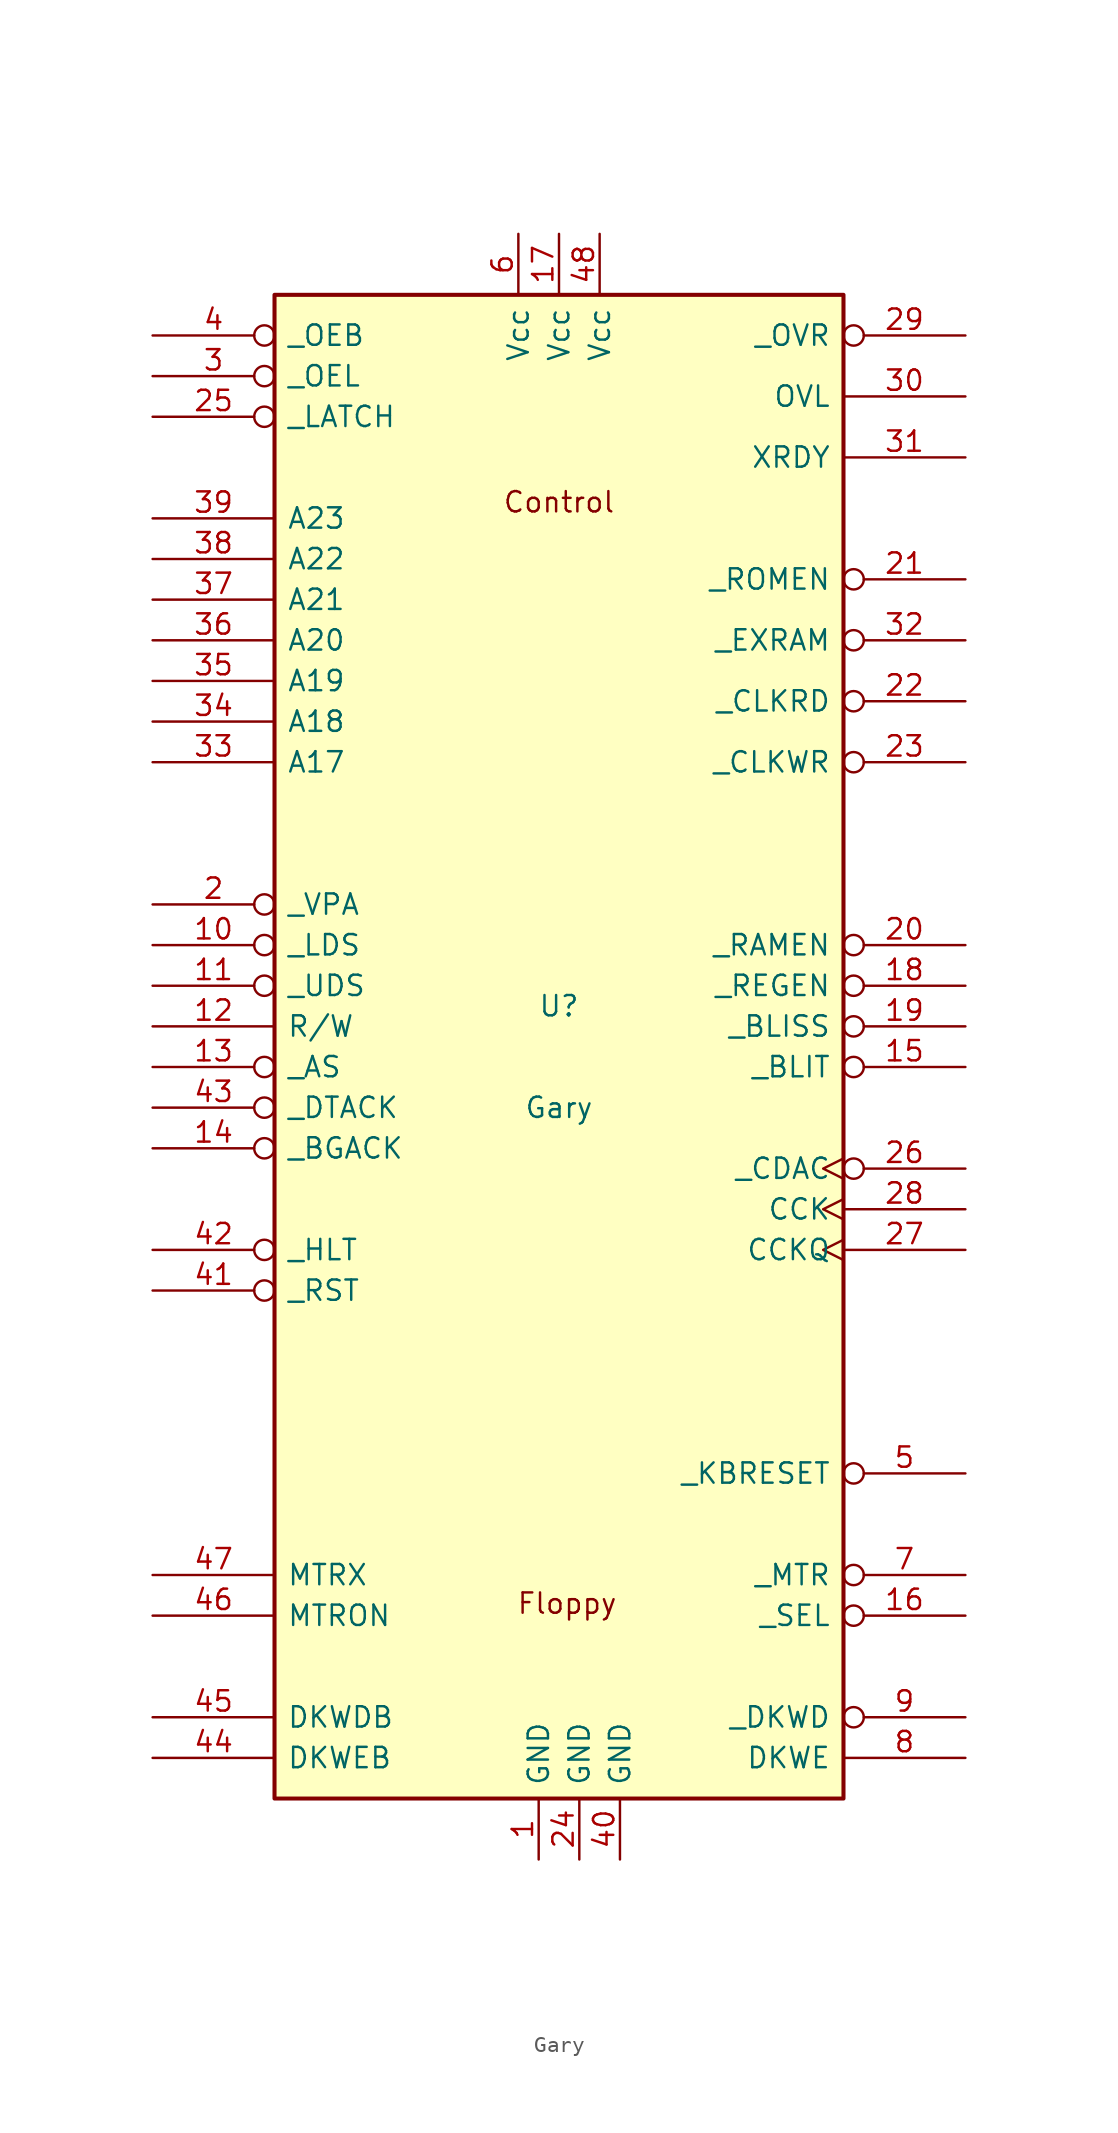
<source format=kicad_sym>
(kicad_symbol_lib
  (version 20231120)
  (generator "kicad_symbol_editor")
  (generator_version "8.0")
  (symbol "Gary"
    (pin_names
      (offset 0.762))
    (property "Reference" "U"
      (at 0 2.54 0)
      (effects (font (size 1.27 1.27))))
    (property "Value" "Gary"
      (at 0 -3.81 0)
      (effects (font (size 1.27 1.27))))
    (symbol "Gary_0_1"
      (rectangle (start -17.78 46.99) (end 17.78 -46.99) (stroke (width 0.254) (type default)) (fill (type background))))
    (symbol "Gary_1_1"
      (text "Control" (at 0 34.036 0) (effects (font (size 1.27 1.27))))
      (text "Floppy" (at 0.508 -34.798 0) (effects (font (size 1.27 1.27))))
      (pin power_in line (at -1.27 -50.8 90) (length 3.81) (name "GND" (effects (font (size 1.27 1.27)))) (number "1" (effects (font (size 1.27 1.27)))))
      (pin input inverted (at -25.4 6.35 0) (length 7.62) (name "_LDS" (effects (font (size 1.27 1.27)))) (number "10" (effects (font (size 1.27 1.27)))))
      (pin input inverted (at -25.4 3.81 0) (length 7.62) (name "_UDS" (effects (font (size 1.27 1.27)))) (number "11" (effects (font (size 1.27 1.27)))))
      (pin input line (at -25.4 1.27 0) (length 7.62) (name "R/W" (effects (font (size 1.27 1.27)))) (number "12" (effects (font (size 1.27 1.27)))))
      (pin input inverted (at -25.4 -1.27 0) (length 7.62) (name "_AS" (effects (font (size 1.27 1.27)))) (number "13" (effects (font (size 1.27 1.27)))))
      (pin input inverted (at -25.4 -6.35 0) (length 7.62) (name "_BGACK" (effects (font (size 1.27 1.27)))) (number "14" (effects (font (size 1.27 1.27)))))
      (pin input inverted (at 25.4 -1.27 180) (length 7.62) (name "_BLIT" (effects (font (size 1.27 1.27)))) (number "15" (effects (font (size 1.27 1.27)))))
      (pin input inverted (at 25.4 -35.56 180) (length 7.62) (name "_SEL" (effects (font (size 1.27 1.27)))) (number "16" (effects (font (size 1.27 1.27)))))
      (pin power_in line (at 0 50.8 270) (length 3.81) (name "Vcc" (effects (font (size 1.27 1.27)))) (number "17" (effects (font (size 1.27 1.27)))))
      (pin output inverted (at 25.4 3.81 180) (length 7.62) (name "_REGEN" (effects (font (size 1.27 1.27)))) (number "18" (effects (font (size 1.27 1.27)))))
      (pin output inverted (at 25.4 1.27 180) (length 7.62) (name "_BLISS" (effects (font (size 1.27 1.27)))) (number "19" (effects (font (size 1.27 1.27)))))
      (pin output inverted (at -25.4 8.89 0) (length 7.62) (name "_VPA" (effects (font (size 1.27 1.27)))) (number "2" (effects (font (size 1.27 1.27)))))
      (pin output inverted (at 25.4 6.35 180) (length 7.62) (name "_RAMEN" (effects (font (size 1.27 1.27)))) (number "20" (effects (font (size 1.27 1.27)))))
      (pin output inverted (at 25.4 29.21 180) (length 7.62) (name "_ROMEN" (effects (font (size 1.27 1.27)))) (number "21" (effects (font (size 1.27 1.27)))))
      (pin output inverted (at 25.4 21.59 180) (length 7.62) (name "_CLKRD" (effects (font (size 1.27 1.27)))) (number "22" (effects (font (size 1.27 1.27)))))
      (pin output inverted (at 25.4 17.78 180) (length 7.62) (name "_CLKWR" (effects (font (size 1.27 1.27)))) (number "23" (effects (font (size 1.27 1.27)))))
      (pin power_in line (at 1.27 -50.8 90) (length 3.81) (name "GND" (effects (font (size 1.27 1.27)))) (number "24" (effects (font (size 1.27 1.27)))))
      (pin output inverted (at -25.4 39.37 0) (length 7.62) (name "_LATCH" (effects (font (size 1.27 1.27)))) (number "25" (effects (font (size 1.27 1.27)))))
      (pin input inverted_clock (at 25.4 -7.62 180) (length 7.62) (name "_CDAC" (effects (font (size 1.27 1.27)))) (number "26" (effects (font (size 1.27 1.27)))))
      (pin input clock (at 25.4 -12.7 180) (length 7.62) (name "CCKQ" (effects (font (size 1.27 1.27)))) (number "27" (effects (font (size 1.27 1.27)))))
      (pin input clock (at 25.4 -10.16 180) (length 7.62) (name "CCK" (effects (font (size 1.27 1.27)))) (number "28" (effects (font (size 1.27 1.27)))))
      (pin input inverted (at 25.4 44.45 180) (length 7.62) (name "_OVR" (effects (font (size 1.27 1.27)))) (number "29" (effects (font (size 1.27 1.27)))))
      (pin output inverted (at -25.4 41.91 0) (length 7.62) (name "_OEL" (effects (font (size 1.27 1.27)))) (number "3" (effects (font (size 1.27 1.27)))))
      (pin input line (at 25.4 40.64 180) (length 7.62) (name "OVL" (effects (font (size 1.27 1.27)))) (number "30" (effects (font (size 1.27 1.27)))))
      (pin input line (at 25.4 36.83 180) (length 7.62) (name "XRDY" (effects (font (size 1.27 1.27)))) (number "31" (effects (font (size 1.27 1.27)))))
      (pin input inverted (at 25.4 25.4 180) (length 7.62) (name "_EXRAM" (effects (font (size 1.27 1.27)))) (number "32" (effects (font (size 1.27 1.27)))))
      (pin input line (at -25.4 17.78 0) (length 7.62) (name "A17" (effects (font (size 1.27 1.27)))) (number "33" (effects (font (size 1.27 1.27)))))
      (pin input line (at -25.4 20.32 0) (length 7.62) (name "A18" (effects (font (size 1.27 1.27)))) (number "34" (effects (font (size 1.27 1.27)))))
      (pin input line (at -25.4 22.86 0) (length 7.62) (name "A19" (effects (font (size 1.27 1.27)))) (number "35" (effects (font (size 1.27 1.27)))))
      (pin input line (at -25.4 25.4 0) (length 7.62) (name "A20" (effects (font (size 1.27 1.27)))) (number "36" (effects (font (size 1.27 1.27)))))
      (pin input line (at -25.4 27.94 0) (length 7.62) (name "A21" (effects (font (size 1.27 1.27)))) (number "37" (effects (font (size 1.27 1.27)))))
      (pin input line (at -25.4 30.48 0) (length 7.62) (name "A22" (effects (font (size 1.27 1.27)))) (number "38" (effects (font (size 1.27 1.27)))))
      (pin input line (at -25.4 33.02 0) (length 7.62) (name "A23" (effects (font (size 1.27 1.27)))) (number "39" (effects (font (size 1.27 1.27)))))
      (pin output inverted (at -25.4 44.45 0) (length 7.62) (name "_OEB" (effects (font (size 1.27 1.27)))) (number "4" (effects (font (size 1.27 1.27)))))
      (pin power_in line (at 3.81 -50.8 90) (length 3.81) (name "GND" (effects (font (size 1.27 1.27)))) (number "40" (effects (font (size 1.27 1.27)))))
      (pin output inverted (at -25.4 -15.24 0) (length 7.62) (name "_RST" (effects (font (size 1.27 1.27)))) (number "41" (effects (font (size 1.27 1.27)))))
      (pin output inverted (at -25.4 -12.7 0) (length 7.62) (name "_HLT" (effects (font (size 1.27 1.27)))) (number "42" (effects (font (size 1.27 1.27)))))
      (pin output inverted (at -25.4 -3.81 0) (length 7.62) (name "_DTACK" (effects (font (size 1.27 1.27)))) (number "43" (effects (font (size 1.27 1.27)))))
      (pin output line (at -25.4 -44.45 0) (length 7.62) (name "DKWEB" (effects (font (size 1.27 1.27)))) (number "44" (effects (font (size 1.27 1.27)))))
      (pin output line (at -25.4 -41.91 0) (length 7.62) (name "DKWDB" (effects (font (size 1.27 1.27)))) (number "45" (effects (font (size 1.27 1.27)))))
      (pin output line (at -25.4 -35.56 0) (length 7.62) (name "MTRON" (effects (font (size 1.27 1.27)))) (number "46" (effects (font (size 1.27 1.27)))))
      (pin output line (at -25.4 -33.02 0) (length 7.62) (name "MTRX" (effects (font (size 1.27 1.27)))) (number "47" (effects (font (size 1.27 1.27)))))
      (pin power_in line (at 2.54 50.8 270) (length 3.81) (name "Vcc" (effects (font (size 1.27 1.27)))) (number "48" (effects (font (size 1.27 1.27)))))
      (pin input inverted (at 25.4 -26.67 180) (length 7.62) (name "_KBRESET" (effects (font (size 1.27 1.27)))) (number "5" (effects (font (size 1.27 1.27)))))
      (pin power_in line (at -2.54 50.8 270) (length 3.81) (name "Vcc" (effects (font (size 1.27 1.27)))) (number "6" (effects (font (size 1.27 1.27)))))
      (pin input inverted (at 25.4 -33.02 180) (length 7.62) (name "_MTR" (effects (font (size 1.27 1.27)))) (number "7" (effects (font (size 1.27 1.27)))))
      (pin input line (at 25.4 -44.45 180) (length 7.62) (name "DKWE" (effects (font (size 1.27 1.27)))) (number "8" (effects (font (size 1.27 1.27)))))
      (pin input inverted (at 25.4 -41.91 180) (length 7.62) (name "_DKWD" (effects (font (size 1.27 1.27)))) (number "9" (effects (font (size 1.27 1.27))))))))
</source>
